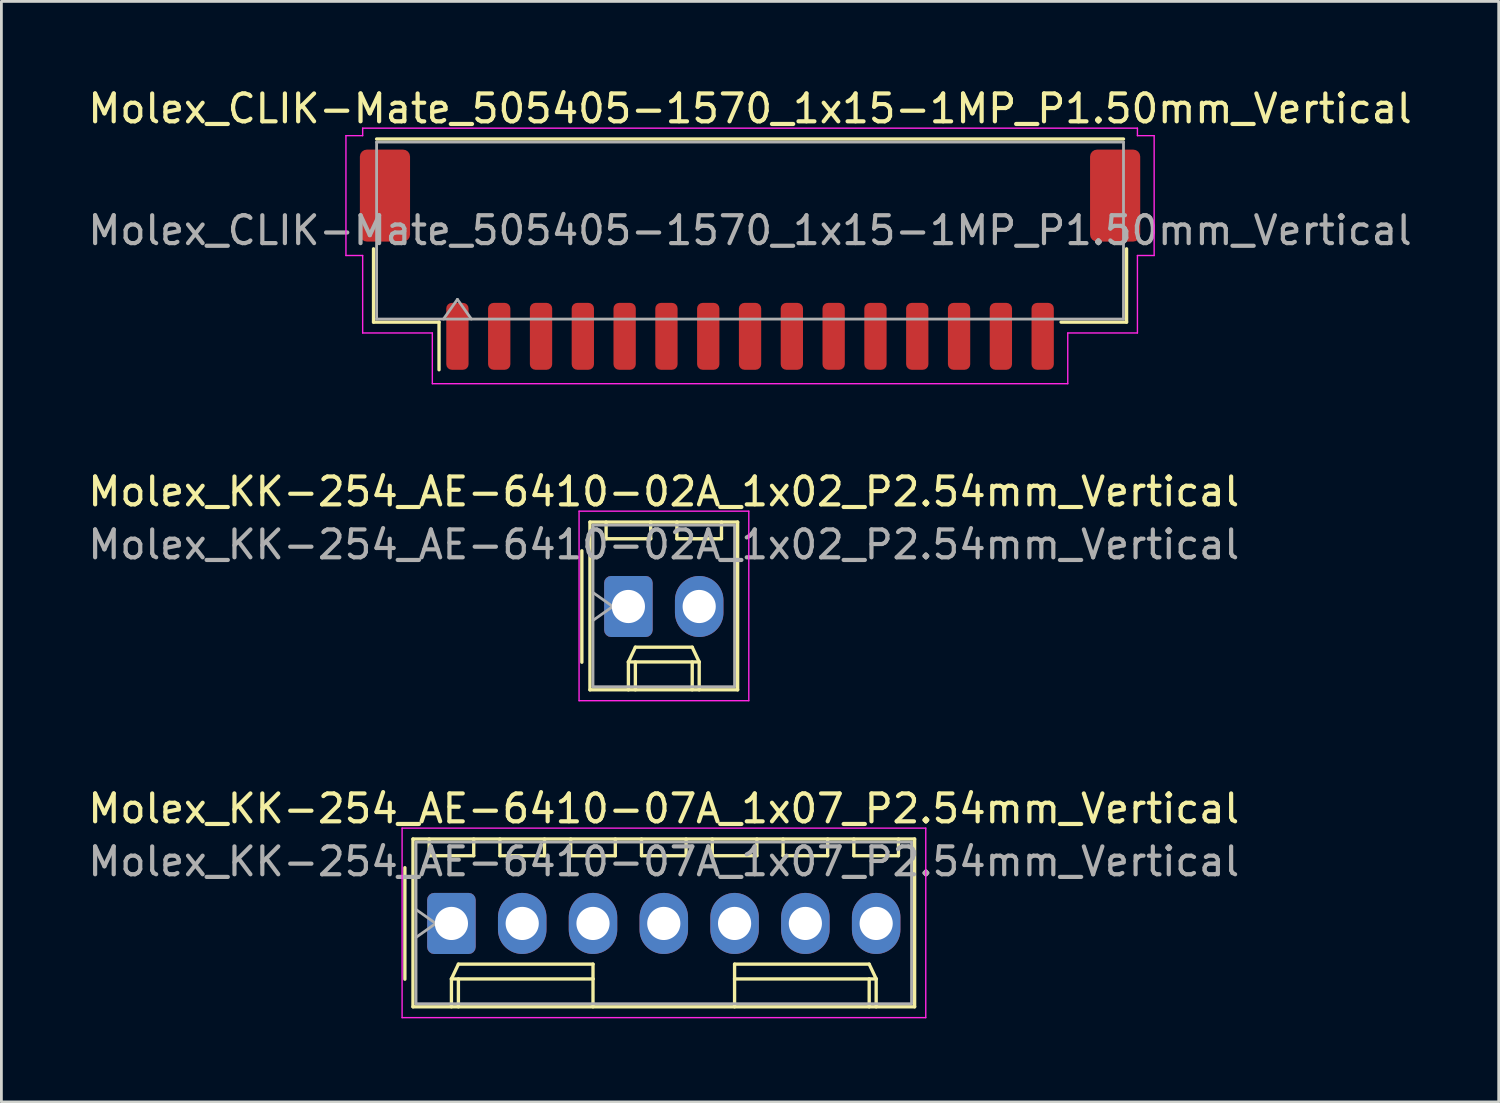
<source format=kicad_pcb>
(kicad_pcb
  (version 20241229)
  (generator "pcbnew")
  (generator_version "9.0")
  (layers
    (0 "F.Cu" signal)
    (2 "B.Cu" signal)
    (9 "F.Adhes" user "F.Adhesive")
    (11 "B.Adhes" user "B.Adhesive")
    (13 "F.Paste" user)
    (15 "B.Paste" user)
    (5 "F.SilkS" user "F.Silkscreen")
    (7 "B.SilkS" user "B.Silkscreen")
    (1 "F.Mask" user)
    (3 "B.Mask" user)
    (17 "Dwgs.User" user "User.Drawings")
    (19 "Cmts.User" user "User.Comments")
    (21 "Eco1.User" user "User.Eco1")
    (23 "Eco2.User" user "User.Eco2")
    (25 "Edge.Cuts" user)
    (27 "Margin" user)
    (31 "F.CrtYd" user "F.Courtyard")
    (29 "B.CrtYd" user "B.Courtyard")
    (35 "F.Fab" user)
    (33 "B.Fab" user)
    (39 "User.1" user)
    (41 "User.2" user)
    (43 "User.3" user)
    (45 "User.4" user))
  (footprint "Molex_KK-254_AE-6410-07A_1x07_P2.54mm_Vertical"
    (layer "F.Cu")
    (at 13.148 30.085)
    (property "Reference" "Molex_KK-254_AE-6410-07A_1x07_P2.54mm_Vertical" (at 7.62 -4.12 0) (layer "F.SilkS") (effects (font (size 1 1) (thickness 0.15))))
    (attr through_hole)
    (fp_line (start -1.67 -2) (end -1.67 2) (stroke (width 0.12) (type solid)) (layer "F.SilkS"))
    (fp_line (start -1.38 -3.03) (end -1.38 2.99) (stroke (width 0.12) (type solid)) (layer "F.SilkS"))
    (fp_line (start -1.38 2.99) (end 16.62 2.99) (stroke (width 0.12) (type solid)) (layer "F.SilkS"))
    (fp_line (start -0.8 -3.03) (end -0.8 -2.43) (stroke (width 0.12) (type solid)) (layer "F.SilkS"))
    (fp_line (start -0.8 -2.43) (end 0.8 -2.43) (stroke (width 0.12) (type solid)) (layer "F.SilkS"))
    (fp_line (start 0 1.99) (end 0.25 1.46) (stroke (width 0.12) (type solid)) (layer "F.SilkS"))
    (fp_line (start 0 1.99) (end 5.08 1.99) (stroke (width 0.12) (type solid)) (layer "F.SilkS"))
    (fp_line (start 0 2.99) (end 0 1.99) (stroke (width 0.12) (type solid)) (layer "F.SilkS"))
    (fp_line (start 0.25 1.46) (end 5.08 1.46) (stroke (width 0.12) (type solid)) (layer "F.SilkS"))
    (fp_line (start 0.25 2.99) (end 0.25 1.99) (stroke (width 0.12) (type solid)) (layer "F.SilkS"))
    (fp_line (start 0.8 -2.43) (end 0.8 -3.03) (stroke (width 0.12) (type solid)) (layer "F.SilkS"))
    (fp_line (start 1.74 -3.03) (end 1.74 -2.43) (stroke (width 0.12) (type solid)) (layer "F.SilkS"))
    (fp_line (start 1.74 -2.43) (end 3.34 -2.43) (stroke (width 0.12) (type solid)) (layer "F.SilkS"))
    (fp_line (start 3.34 -2.43) (end 3.34 -3.03) (stroke (width 0.12) (type solid)) (layer "F.SilkS"))
    (fp_line (start 4.28 -3.03) (end 4.28 -2.43) (stroke (width 0.12) (type solid)) (layer "F.SilkS"))
    (fp_line (start 4.28 -2.43) (end 5.88 -2.43) (stroke (width 0.12) (type solid)) (layer "F.SilkS"))
    (fp_line (start 5.08 1.46) (end 5.08 1.99) (stroke (width 0.12) (type solid)) (layer "F.SilkS"))
    (fp_line (start 5.08 1.99) (end 5.08 2.99) (stroke (width 0.12) (type solid)) (layer "F.SilkS"))
    (fp_line (start 5.88 -2.43) (end 5.88 -3.03) (stroke (width 0.12) (type solid)) (layer "F.SilkS"))
    (fp_line (start 6.82 -3.03) (end 6.82 -2.43) (stroke (width 0.12) (type solid)) (layer "F.SilkS"))
    (fp_line (start 6.82 -2.43) (end 8.42 -2.43) (stroke (width 0.12) (type solid)) (layer "F.SilkS"))
    (fp_line (start 8.42 -2.43) (end 8.42 -3.03) (stroke (width 0.12) (type solid)) (layer "F.SilkS"))
    (fp_line (start 9.36 -3.03) (end 9.36 -2.43) (stroke (width 0.12) (type solid)) (layer "F.SilkS"))
    (fp_line (start 9.36 -2.43) (end 10.96 -2.43) (stroke (width 0.12) (type solid)) (layer "F.SilkS"))
    (fp_line (start 10.16 1.46) (end 10.16 1.99) (stroke (width 0.12) (type solid)) (layer "F.SilkS"))
    (fp_line (start 10.16 1.99) (end 10.16 2.99) (stroke (width 0.12) (type solid)) (layer "F.SilkS"))
    (fp_line (start 10.96 -2.43) (end 10.96 -3.03) (stroke (width 0.12) (type solid)) (layer "F.SilkS"))
    (fp_line (start 11.9 -3.03) (end 11.9 -2.43) (stroke (width 0.12) (type solid)) (layer "F.SilkS"))
    (fp_line (start 11.9 -2.43) (end 13.5 -2.43) (stroke (width 0.12) (type solid)) (layer "F.SilkS"))
    (fp_line (start 13.5 -2.43) (end 13.5 -3.03) (stroke (width 0.12) (type solid)) (layer "F.SilkS"))
    (fp_line (start 14.44 -3.03) (end 14.44 -2.43) (stroke (width 0.12) (type solid)) (layer "F.SilkS"))
    (fp_line (start 14.44 -2.43) (end 16.04 -2.43) (stroke (width 0.12) (type solid)) (layer "F.SilkS"))
    (fp_line (start 14.99 1.46) (end 10.16 1.46) (stroke (width 0.12) (type solid)) (layer "F.SilkS"))
    (fp_line (start 14.99 2.99) (end 14.99 1.99) (stroke (width 0.12) (type solid)) (layer "F.SilkS"))
    (fp_line (start 15.24 1.99) (end 10.16 1.99) (stroke (width 0.12) (type solid)) (layer "F.SilkS"))
    (fp_line (start 15.24 1.99) (end 14.99 1.46) (stroke (width 0.12) (type solid)) (layer "F.SilkS"))
    (fp_line (start 15.24 2.99) (end 15.24 1.99) (stroke (width 0.12) (type solid)) (layer "F.SilkS"))
    (fp_line (start 16.04 -2.43) (end 16.04 -3.03) (stroke (width 0.12) (type solid)) (layer "F.SilkS"))
    (fp_line (start 16.62 -3.03) (end -1.38 -3.03) (stroke (width 0.12) (type solid)) (layer "F.SilkS"))
    (fp_line (start 16.62 2.99) (end 16.62 -3.03) (stroke (width 0.12) (type solid)) (layer "F.SilkS"))
    (fp_line (start -1.77 -3.42) (end -1.77 3.38) (stroke (width 0.05) (type solid)) (layer "F.CrtYd"))
    (fp_line (start -1.77 3.38) (end 17.02 3.38) (stroke (width 0.05) (type solid)) (layer "F.CrtYd"))
    (fp_line (start 17.02 -3.42) (end -1.77 -3.42) (stroke (width 0.05) (type solid)) (layer "F.CrtYd"))
    (fp_line (start 17.02 3.38) (end 17.02 -3.42) (stroke (width 0.05) (type solid)) (layer "F.CrtYd"))
    (fp_line (start -1.27 -2.92) (end -1.27 2.88) (stroke (width 0.1) (type solid)) (layer "F.Fab"))
    (fp_line (start -1.27 -0.5) (end -0.563 0) (stroke (width 0.1) (type solid)) (layer "F.Fab"))
    (fp_line (start -1.27 2.88) (end 16.51 2.88) (stroke (width 0.1) (type solid)) (layer "F.Fab"))
    (fp_line (start -0.563 0) (end -1.27 0.5) (stroke (width 0.1) (type solid)) (layer "F.Fab"))
    (fp_line (start 16.51 -2.92) (end -1.27 -2.92) (stroke (width 0.1) (type solid)) (layer "F.Fab"))
    (fp_line (start 16.51 2.88) (end 16.51 -2.92) (stroke (width 0.1) (type solid)) (layer "F.Fab"))
    (fp_text user "${REFERENCE}" (at 7.62 -2.22 0) (layer "F.Fab") (effects (font (size 1 1) (thickness 0.15))))
    (pad "1" thru_hole roundrect (at 0 0) (size 1.74 2.19) (drill 1.19) (layers "*.Cu" "*.Mask") (roundrect_rratio 0.144))
    (pad "2" thru_hole oval (at 2.54 0) (size 1.74 2.19) (drill 1.19) (layers "*.Cu" "*.Mask"))
    (pad "3" thru_hole oval (at 5.08 0) (size 1.74 2.19) (drill 1.19) (layers "*.Cu" "*.Mask"))
    (pad "4" thru_hole oval (at 7.62 0) (size 1.74 2.19) (drill 1.19) (layers "*.Cu" "*.Mask"))
    (pad "5" thru_hole oval (at 10.16 0) (size 1.74 2.19) (drill 1.19) (layers "*.Cu" "*.Mask"))
    (pad "6" thru_hole oval (at 12.7 0) (size 1.74 2.19) (drill 1.19) (layers "*.Cu" "*.Mask"))
    (pad "7" thru_hole oval (at 15.24 0) (size 1.74 2.19) (drill 1.19) (layers "*.Cu" "*.Mask")))
  (footprint "Molex_CLIK-Mate_505405-1570_1x15-1MP_P1.50mm_Vertical"
    (layer "F.Cu")
    (at 23.863 6.268)
    (property "Reference" "Molex_CLIK-Mate_505405-1570_1x15-1MP_P1.50mm_Vertical" (at 0 -5.42 0) (layer "F.SilkS") (effects (font (size 1 1) (thickness 0.15))))
    (attr smd)
    (fp_line (start -13.51 -0.39) (end -13.51 2.24) (stroke (width 0.12) (type solid)) (layer "F.SilkS"))
    (fp_line (start -13.51 2.24) (end -11.16 2.24) (stroke (width 0.12) (type solid)) (layer "F.SilkS"))
    (fp_line (start -13.4 -4.33) (end 13.4 -4.33) (stroke (width 0.12) (type solid)) (layer "F.SilkS"))
    (fp_line (start -11.16 2.24) (end -11.16 3.95) (stroke (width 0.12) (type solid)) (layer "F.SilkS"))
    (fp_line (start 13.51 -0.39) (end 13.51 2.24) (stroke (width 0.12) (type solid)) (layer "F.SilkS"))
    (fp_line (start 13.51 2.24) (end 11.16 2.24) (stroke (width 0.12) (type solid)) (layer "F.SilkS"))
    (fp_line (start -14.5 -4.45) (end -13.9 -4.45) (stroke (width 0.05) (type solid)) (layer "F.CrtYd"))
    (fp_line (start -14.5 -0.15) (end -14.5 -4.45) (stroke (width 0.05) (type solid)) (layer "F.CrtYd"))
    (fp_line (start -13.9 -4.72) (end 13.9 -4.72) (stroke (width 0.05) (type solid)) (layer "F.CrtYd"))
    (fp_line (start -13.9 -4.45) (end -13.9 -4.72) (stroke (width 0.05) (type solid)) (layer "F.CrtYd"))
    (fp_line (start -13.9 -0.15) (end -14.5 -0.15) (stroke (width 0.05) (type solid)) (layer "F.CrtYd"))
    (fp_line (start -13.9 2.63) (end -13.9 -0.15) (stroke (width 0.05) (type solid)) (layer "F.CrtYd"))
    (fp_line (start -11.4 2.63) (end -13.9 2.63) (stroke (width 0.05) (type solid)) (layer "F.CrtYd"))
    (fp_line (start -11.4 4.45) (end -11.4 2.63) (stroke (width 0.05) (type solid)) (layer "F.CrtYd"))
    (fp_line (start 11.4 2.63) (end 11.4 4.45) (stroke (width 0.05) (type solid)) (layer "F.CrtYd"))
    (fp_line (start 11.4 4.45) (end -11.4 4.45) (stroke (width 0.05) (type solid)) (layer "F.CrtYd"))
    (fp_line (start 13.9 -4.72) (end 13.9 -4.45) (stroke (width 0.05) (type solid)) (layer "F.CrtYd"))
    (fp_line (start 13.9 -4.45) (end 14.5 -4.45) (stroke (width 0.05) (type solid)) (layer "F.CrtYd"))
    (fp_line (start 13.9 -0.15) (end 13.9 2.63) (stroke (width 0.05) (type solid)) (layer "F.CrtYd"))
    (fp_line (start 13.9 2.63) (end 11.4 2.63) (stroke (width 0.05) (type solid)) (layer "F.CrtYd"))
    (fp_line (start 14.5 -4.45) (end 14.5 -0.15) (stroke (width 0.05) (type solid)) (layer "F.CrtYd"))
    (fp_line (start 14.5 -0.15) (end 13.9 -0.15) (stroke (width 0.05) (type solid)) (layer "F.CrtYd"))
    (fp_line (start -13.4 -4.22) (end 13.4 -4.22) (stroke (width 0.1) (type solid)) (layer "F.Fab"))
    (fp_line (start -13.4 2.13) (end -13.4 -4.22) (stroke (width 0.1) (type solid)) (layer "F.Fab"))
    (fp_line (start -13.4 2.13) (end 13.4 2.13) (stroke (width 0.1) (type solid)) (layer "F.Fab"))
    (fp_line (start -11 2.13) (end -10.5 1.423) (stroke (width 0.1) (type solid)) (layer "F.Fab"))
    (fp_line (start -10.5 1.423) (end -10 2.13) (stroke (width 0.1) (type solid)) (layer "F.Fab"))
    (fp_line (start 13.4 2.13) (end 13.4 -4.22) (stroke (width 0.1) (type solid)) (layer "F.Fab"))
    (fp_text user "${REFERENCE}" (at 0 -1.05 0) (layer "F.Fab") (effects (font (size 1 1) (thickness 0.15))))
    (pad "1" smd roundrect (at -10.5 2.75) (size 0.8 2.4) (layers "F.Cu" "F.Mask" "F.Paste") (roundrect_rratio 0.25))
    (pad "2" smd roundrect (at -9 2.75) (size 0.8 2.4) (layers "F.Cu" "F.Mask" "F.Paste") (roundrect_rratio 0.25))
    (pad "3" smd roundrect (at -7.5 2.75) (size 0.8 2.4) (layers "F.Cu" "F.Mask" "F.Paste") (roundrect_rratio 0.25))
    (pad "4" smd roundrect (at -6 2.75) (size 0.8 2.4) (layers "F.Cu" "F.Mask" "F.Paste") (roundrect_rratio 0.25))
    (pad "5" smd roundrect (at -4.5 2.75) (size 0.8 2.4) (layers "F.Cu" "F.Mask" "F.Paste") (roundrect_rratio 0.25))
    (pad "6" smd roundrect (at -3 2.75) (size 0.8 2.4) (layers "F.Cu" "F.Mask" "F.Paste") (roundrect_rratio 0.25))
    (pad "7" smd roundrect (at -1.5 2.75) (size 0.8 2.4) (layers "F.Cu" "F.Mask" "F.Paste") (roundrect_rratio 0.25))
    (pad "8" smd roundrect (at 0 2.75) (size 0.8 2.4) (layers "F.Cu" "F.Mask" "F.Paste") (roundrect_rratio 0.25))
    (pad "9" smd roundrect (at 1.5 2.75) (size 0.8 2.4) (layers "F.Cu" "F.Mask" "F.Paste") (roundrect_rratio 0.25))
    (pad "10" smd roundrect (at 3 2.75) (size 0.8 2.4) (layers "F.Cu" "F.Mask" "F.Paste") (roundrect_rratio 0.25))
    (pad "11" smd roundrect (at 4.5 2.75) (size 0.8 2.4) (layers "F.Cu" "F.Mask" "F.Paste") (roundrect_rratio 0.25))
    (pad "12" smd roundrect (at 6 2.75) (size 0.8 2.4) (layers "F.Cu" "F.Mask" "F.Paste") (roundrect_rratio 0.25))
    (pad "13" smd roundrect (at 7.5 2.75) (size 0.8 2.4) (layers "F.Cu" "F.Mask" "F.Paste") (roundrect_rratio 0.25))
    (pad "14" smd roundrect (at 9 2.75) (size 0.8 2.4) (layers "F.Cu" "F.Mask" "F.Paste") (roundrect_rratio 0.25))
    (pad "15" smd roundrect (at 10.5 2.75) (size 0.8 2.4) (layers "F.Cu" "F.Mask" "F.Paste") (roundrect_rratio 0.25))
    (pad "MP" smd roundrect (at -13.1 -2.3) (size 1.8 3.3) (layers "F.Cu" "F.Mask" "F.Paste") (roundrect_rratio 0.139))
    (pad "MP" smd roundrect (at 13.1 -2.3) (size 1.8 3.3) (layers "F.Cu" "F.Mask" "F.Paste") (roundrect_rratio 0.139)))
  (footprint "Molex_KK-254_AE-6410-02A_1x02_P2.54mm_Vertical"
    (layer "F.Cu")
    (at 19.498 18.712)
    (property "Reference" "Molex_KK-254_AE-6410-02A_1x02_P2.54mm_Vertical" (at 1.27 -4.12 0) (layer "F.SilkS") (effects (font (size 1 1) (thickness 0.15))))
    (attr through_hole)
    (fp_line (start -1.67 -2) (end -1.67 2) (stroke (width 0.12) (type solid)) (layer "F.SilkS"))
    (fp_line (start -1.38 -3.03) (end -1.38 2.99) (stroke (width 0.12) (type solid)) (layer "F.SilkS"))
    (fp_line (start -1.38 2.99) (end 3.92 2.99) (stroke (width 0.12) (type solid)) (layer "F.SilkS"))
    (fp_line (start -0.8 -3.03) (end -0.8 -2.43) (stroke (width 0.12) (type solid)) (layer "F.SilkS"))
    (fp_line (start -0.8 -2.43) (end 0.8 -2.43) (stroke (width 0.12) (type solid)) (layer "F.SilkS"))
    (fp_line (start 0 1.99) (end 0.25 1.46) (stroke (width 0.12) (type solid)) (layer "F.SilkS"))
    (fp_line (start 0 1.99) (end 2.54 1.99) (stroke (width 0.12) (type solid)) (layer "F.SilkS"))
    (fp_line (start 0 2.99) (end 0 1.99) (stroke (width 0.12) (type solid)) (layer "F.SilkS"))
    (fp_line (start 0.25 1.46) (end 2.29 1.46) (stroke (width 0.12) (type solid)) (layer "F.SilkS"))
    (fp_line (start 0.25 2.99) (end 0.25 1.99) (stroke (width 0.12) (type solid)) (layer "F.SilkS"))
    (fp_line (start 0.8 -2.43) (end 0.8 -3.03) (stroke (width 0.12) (type solid)) (layer "F.SilkS"))
    (fp_line (start 1.74 -3.03) (end 1.74 -2.43) (stroke (width 0.12) (type solid)) (layer "F.SilkS"))
    (fp_line (start 1.74 -2.43) (end 3.34 -2.43) (stroke (width 0.12) (type solid)) (layer "F.SilkS"))
    (fp_line (start 2.29 1.46) (end 2.54 1.99) (stroke (width 0.12) (type solid)) (layer "F.SilkS"))
    (fp_line (start 2.29 2.99) (end 2.29 1.99) (stroke (width 0.12) (type solid)) (layer "F.SilkS"))
    (fp_line (start 2.54 1.99) (end 2.54 2.99) (stroke (width 0.12) (type solid)) (layer "F.SilkS"))
    (fp_line (start 3.34 -2.43) (end 3.34 -3.03) (stroke (width 0.12) (type solid)) (layer "F.SilkS"))
    (fp_line (start 3.92 -3.03) (end -1.38 -3.03) (stroke (width 0.12) (type solid)) (layer "F.SilkS"))
    (fp_line (start 3.92 2.99) (end 3.92 -3.03) (stroke (width 0.12) (type solid)) (layer "F.SilkS"))
    (fp_line (start -1.77 -3.42) (end -1.77 3.38) (stroke (width 0.05) (type solid)) (layer "F.CrtYd"))
    (fp_line (start -1.77 3.38) (end 4.32 3.38) (stroke (width 0.05) (type solid)) (layer "F.CrtYd"))
    (fp_line (start 4.32 -3.42) (end -1.77 -3.42) (stroke (width 0.05) (type solid)) (layer "F.CrtYd"))
    (fp_line (start 4.32 3.38) (end 4.32 -3.42) (stroke (width 0.05) (type solid)) (layer "F.CrtYd"))
    (fp_line (start -1.27 -2.92) (end -1.27 2.88) (stroke (width 0.1) (type solid)) (layer "F.Fab"))
    (fp_line (start -1.27 -0.5) (end -0.563 0) (stroke (width 0.1) (type solid)) (layer "F.Fab"))
    (fp_line (start -1.27 2.88) (end 3.81 2.88) (stroke (width 0.1) (type solid)) (layer "F.Fab"))
    (fp_line (start -0.563 0) (end -1.27 0.5) (stroke (width 0.1) (type solid)) (layer "F.Fab"))
    (fp_line (start 3.81 -2.92) (end -1.27 -2.92) (stroke (width 0.1) (type solid)) (layer "F.Fab"))
    (fp_line (start 3.81 2.88) (end 3.81 -2.92) (stroke (width 0.1) (type solid)) (layer "F.Fab"))
    (fp_text user "${REFERENCE}" (at 1.27 -2.22 0) (layer "F.Fab") (effects (font (size 1 1) (thickness 0.15))))
    (pad "1" thru_hole roundrect (at 0 0) (size 1.74 2.19) (drill 1.19) (layers "*.Cu" "*.Mask") (roundrect_rratio 0.144))
    (pad "2" thru_hole oval (at 2.54 0) (size 1.74 2.19) (drill 1.19) (layers "*.Cu" "*.Mask")))
  (gr_rect
    (start -3 -3)
    (end 50.726 36.49)
    (stroke (width 0.1) (type default))
    (fill no)
    (layer "Edge.Cuts")))
</source>
